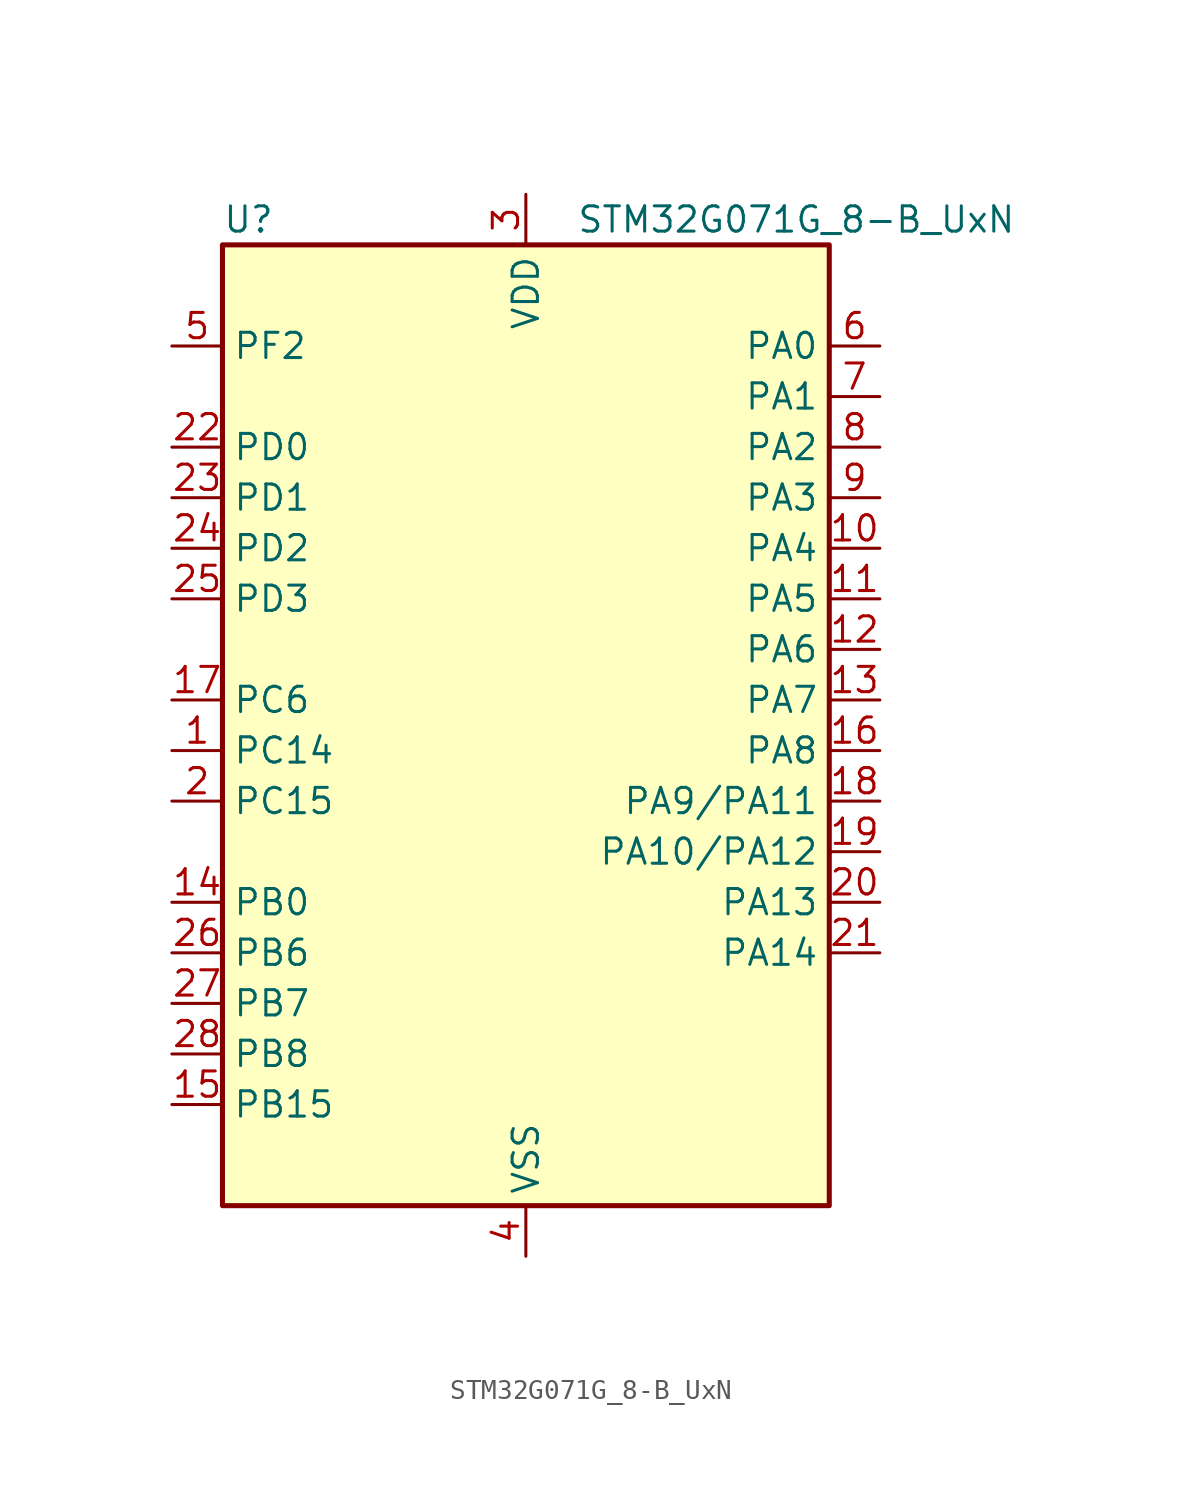
<source format=kicad_sym>
(kicad_symbol_lib
  (version 20241209)
  (generator "kicad_symbol_editor")
  (generator_version "9.0")
  (symbol "STM32G071G_8-B_UxN"
    (property "Reference" "U"
      (at -15.24 26.67 0)
      (effects (font (size 1.27 1.27)) (justify left)))
    (property "Value" "STM32G071G_8-B_UxN"
      (at 2.54 26.67 0)
      (effects (font (size 1.27 1.27)) (justify left)))
    (symbol "STM32G071G_8-B_UxN_0_1"
      (rectangle (start -15.24 -22.86) (end 15.24 25.4) (stroke (width 0.254) (type default)) (fill (type background))))
    (symbol "STM32G071G_8-B_UxN_1_1"
      (pin bidirectional line (at -17.78 20.32 0) (length 2.54) (name "PF2" (effects (font (size 1.27 1.27)))) (number "5" (effects (font (size 1.27 1.27)))) (alternate "RCC_MCO" bidirectional line))
      (pin bidirectional line (at -17.78 15.24 0) (length 2.54) (name "PD0" (effects (font (size 1.27 1.27)))) (number "22" (effects (font (size 1.27 1.27)))) (alternate "SPI2_NSS" bidirectional line) (alternate "TIM16_CH1" bidirectional line) (alternate "UCPD2_CC1" bidirectional line))
      (pin bidirectional line (at -17.78 12.7 0) (length 2.54) (name "PD1" (effects (font (size 1.27 1.27)))) (number "23" (effects (font (size 1.27 1.27)))) (alternate "SPI2_SCK" bidirectional line) (alternate "TIM17_CH1" bidirectional line) (alternate "UCPD2_DBCC1" bidirectional line))
      (pin bidirectional line (at -17.78 10.16 0) (length 2.54) (name "PD2" (effects (font (size 1.27 1.27)))) (number "24" (effects (font (size 1.27 1.27)))) (alternate "TIM1_CH1N" bidirectional line) (alternate "TIM3_ETR" bidirectional line) (alternate "UCPD2_CC2" bidirectional line) (alternate "USART3_CK" bidirectional line) (alternate "USART3_DE" bidirectional line) (alternate "USART3_RTS" bidirectional line))
      (pin bidirectional line (at -17.78 7.62 0) (length 2.54) (name "PD3" (effects (font (size 1.27 1.27)))) (number "25" (effects (font (size 1.27 1.27)))) (alternate "SPI2_MISO" bidirectional line) (alternate "TIM1_CH2N" bidirectional line) (alternate "UCPD2_DBCC2" bidirectional line) (alternate "USART2_CTS" bidirectional line) (alternate "USART2_NSS" bidirectional line))
      (pin bidirectional line (at -17.78 2.54 0) (length 2.54) (name "PC6" (effects (font (size 1.27 1.27)))) (number "17" (effects (font (size 1.27 1.27)))) (alternate "TIM2_CH3" bidirectional line) (alternate "TIM3_CH1" bidirectional line) (alternate "UCPD1_DBCC1" bidirectional line) (alternate "UCPD1_FRSTX1" bidirectional line) (alternate "UCPD1_FRSTX2" bidirectional line))
      (pin bidirectional line (at -17.78 0 0) (length 2.54) (name "PC14" (effects (font (size 1.27 1.27)))) (number "1" (effects (font (size 1.27 1.27)))) (alternate "RCC_OSC32_IN" bidirectional line) (alternate "RCC_OSC_IN" bidirectional line) (alternate "TIM1_BK2" bidirectional line))
      (pin bidirectional line (at -17.78 -2.54 0) (length 2.54) (name "PC15" (effects (font (size 1.27 1.27)))) (number "2" (effects (font (size 1.27 1.27)))) (alternate "RCC_OSC32_EN" bidirectional line) (alternate "RCC_OSC32_OUT" bidirectional line) (alternate "RCC_OSC_EN" bidirectional line) (alternate "TIM15_BK" bidirectional line))
      (pin bidirectional line (at -17.78 -7.62 0) (length 2.54) (name "PB0" (effects (font (size 1.27 1.27)))) (number "14" (effects (font (size 1.27 1.27)))) (alternate "ADC1_IN8" bidirectional line) (alternate "COMP1_OUT" bidirectional line) (alternate "I2S1_WS" bidirectional line) (alternate "LPTIM1_OUT" bidirectional line) (alternate "SPI1_NSS" bidirectional line) (alternate "TIM1_CH2N" bidirectional line) (alternate "TIM3_CH3" bidirectional line) (alternate "UCPD1_DBCC2" bidirectional line) (alternate "UCPD1_FRSTX1" bidirectional line) (alternate "UCPD1_FRSTX2" bidirectional line) (alternate "USART3_RX" bidirectional line))
      (pin bidirectional line (at -17.78 -10.16 0) (length 2.54) (name "PB6" (effects (font (size 1.27 1.27)))) (number "26" (effects (font (size 1.27 1.27)))) (alternate "COMP2_INP" bidirectional line) (alternate "I2C1_SCL" bidirectional line) (alternate "LPTIM1_ETR" bidirectional line) (alternate "SPI2_MISO" bidirectional line) (alternate "TIM16_CH1N" bidirectional line) (alternate "TIM1_CH3" bidirectional line) (alternate "USART1_TX" bidirectional line))
      (pin bidirectional line (at -17.78 -12.7 0) (length 2.54) (name "PB7" (effects (font (size 1.27 1.27)))) (number "27" (effects (font (size 1.27 1.27)))) (alternate "COMP2_INM" bidirectional line) (alternate "I2C1_SDA" bidirectional line) (alternate "LPTIM1_IN2" bidirectional line) (alternate "SPI2_MOSI" bidirectional line) (alternate "SYS_PVD_IN" bidirectional line) (alternate "TIM17_CH1N" bidirectional line) (alternate "USART1_RX" bidirectional line) (alternate "USART4_CTS" bidirectional line) (alternate "USART4_NSS" bidirectional line))
      (pin bidirectional line (at -17.78 -15.24 0) (length 2.54) (name "PB8" (effects (font (size 1.27 1.27)))) (number "28" (effects (font (size 1.27 1.27)))) (alternate "CEC" bidirectional line) (alternate "I2C1_SCL" bidirectional line) (alternate "SPI2_SCK" bidirectional line) (alternate "TIM15_BK" bidirectional line) (alternate "TIM16_CH1" bidirectional line) (alternate "USART3_TX" bidirectional line))
      (pin bidirectional line (at -17.78 -17.78 0) (length 2.54) (name "PB15" (effects (font (size 1.27 1.27)))) (number "15" (effects (font (size 1.27 1.27)))) (alternate "RTC_REFIN" bidirectional line) (alternate "SPI2_MOSI" bidirectional line) (alternate "TIM15_CH1N" bidirectional line) (alternate "TIM15_CH2" bidirectional line) (alternate "TIM1_CH3N" bidirectional line) (alternate "UCPD1_CC2" bidirectional line))
      (pin power_in line (at 0 27.94 270) (length 2.54) (name "VDD" (effects (font (size 1.27 1.27)))) (number "3" (effects (font (size 1.27 1.27)))))
      (pin power_in line (at 0 -25.4 90) (length 2.54) (name "VSS" (effects (font (size 1.27 1.27)))) (number "4" (effects (font (size 1.27 1.27)))))
      (pin bidirectional line (at 17.78 20.32 180) (length 2.54) (name "PA0" (effects (font (size 1.27 1.27)))) (number "6" (effects (font (size 1.27 1.27)))) (alternate "ADC1_IN0" bidirectional line) (alternate "COMP1_INM" bidirectional line) (alternate "COMP1_OUT" bidirectional line) (alternate "LPTIM1_OUT" bidirectional line) (alternate "RTC_TAMP_IN2" bidirectional line) (alternate "SPI2_SCK" bidirectional line) (alternate "SYS_WKUP1" bidirectional line) (alternate "TIM2_CH1" bidirectional line) (alternate "TIM2_ETR" bidirectional line) (alternate "UCPD2_FRSTX1" bidirectional line) (alternate "UCPD2_FRSTX2" bidirectional line) (alternate "USART2_CTS" bidirectional line) (alternate "USART2_NSS" bidirectional line) (alternate "USART4_TX" bidirectional line))
      (pin bidirectional line (at 17.78 17.78 180) (length 2.54) (name "PA1" (effects (font (size 1.27 1.27)))) (number "7" (effects (font (size 1.27 1.27)))) (alternate "ADC1_IN1" bidirectional line) (alternate "COMP1_INP" bidirectional line) (alternate "I2C1_SMBA" bidirectional line) (alternate "I2S1_CK" bidirectional line) (alternate "SPI1_SCK" bidirectional line) (alternate "TIM15_CH1N" bidirectional line) (alternate "TIM2_CH2" bidirectional line) (alternate "USART2_CK" bidirectional line) (alternate "USART2_DE" bidirectional line) (alternate "USART2_RTS" bidirectional line) (alternate "USART4_RX" bidirectional line))
      (pin bidirectional line (at 17.78 15.24 180) (length 2.54) (name "PA2" (effects (font (size 1.27 1.27)))) (number "8" (effects (font (size 1.27 1.27)))) (alternate "ADC1_IN2" bidirectional line) (alternate "COMP2_INM" bidirectional line) (alternate "COMP2_OUT" bidirectional line) (alternate "I2S1_SD" bidirectional line) (alternate "LPUART1_TX" bidirectional line) (alternate "RCC_LSCO" bidirectional line) (alternate "SPI1_MOSI" bidirectional line) (alternate "SYS_WKUP4" bidirectional line) (alternate "TIM15_CH1" bidirectional line) (alternate "TIM2_CH3" bidirectional line) (alternate "UCPD1_FRSTX1" bidirectional line) (alternate "UCPD1_FRSTX2" bidirectional line) (alternate "USART2_TX" bidirectional line))
      (pin bidirectional line (at 17.78 12.7 180) (length 2.54) (name "PA3" (effects (font (size 1.27 1.27)))) (number "9" (effects (font (size 1.27 1.27)))) (alternate "ADC1_IN3" bidirectional line) (alternate "COMP2_INP" bidirectional line) (alternate "LPUART1_RX" bidirectional line) (alternate "SPI2_MISO" bidirectional line) (alternate "TIM15_CH2" bidirectional line) (alternate "TIM2_CH4" bidirectional line) (alternate "UCPD2_FRSTX1" bidirectional line) (alternate "UCPD2_FRSTX2" bidirectional line) (alternate "USART2_RX" bidirectional line))
      (pin bidirectional line (at 17.78 10.16 180) (length 2.54) (name "PA4" (effects (font (size 1.27 1.27)))) (number "10" (effects (font (size 1.27 1.27)))) (alternate "ADC1_IN4" bidirectional line) (alternate "DAC1_OUT1" bidirectional line) (alternate "I2S1_WS" bidirectional line) (alternate "LPTIM2_OUT" bidirectional line) (alternate "RTC_OUT_ALARM" bidirectional line) (alternate "RTC_OUT_CALIB" bidirectional line) (alternate "RTC_TAMP_IN1" bidirectional line) (alternate "RTC_TS" bidirectional line) (alternate "SPI1_NSS" bidirectional line) (alternate "SPI2_MOSI" bidirectional line) (alternate "SYS_WKUP2" bidirectional line) (alternate "TIM14_CH1" bidirectional line) (alternate "UCPD2_FRSTX1" bidirectional line) (alternate "UCPD2_FRSTX2" bidirectional line))
      (pin bidirectional line (at 17.78 7.62 180) (length 2.54) (name "PA5" (effects (font (size 1.27 1.27)))) (number "11" (effects (font (size 1.27 1.27)))) (alternate "ADC1_IN5" bidirectional line) (alternate "CEC" bidirectional line) (alternate "DAC1_OUT2" bidirectional line) (alternate "I2S1_CK" bidirectional line) (alternate "LPTIM2_ETR" bidirectional line) (alternate "SPI1_SCK" bidirectional line) (alternate "TIM2_CH1" bidirectional line) (alternate "TIM2_ETR" bidirectional line) (alternate "UCPD1_FRSTX1" bidirectional line) (alternate "UCPD1_FRSTX2" bidirectional line) (alternate "USART3_TX" bidirectional line))
      (pin bidirectional line (at 17.78 5.08 180) (length 2.54) (name "PA6" (effects (font (size 1.27 1.27)))) (number "12" (effects (font (size 1.27 1.27)))) (alternate "ADC1_IN6" bidirectional line) (alternate "COMP1_OUT" bidirectional line) (alternate "I2S1_MCK" bidirectional line) (alternate "LPUART1_CTS" bidirectional line) (alternate "SPI1_MISO" bidirectional line) (alternate "TIM16_CH1" bidirectional line) (alternate "TIM1_BK" bidirectional line) (alternate "TIM3_CH1" bidirectional line) (alternate "USART3_CTS" bidirectional line) (alternate "USART3_NSS" bidirectional line))
      (pin bidirectional line (at 17.78 2.54 180) (length 2.54) (name "PA7" (effects (font (size 1.27 1.27)))) (number "13" (effects (font (size 1.27 1.27)))) (alternate "ADC1_IN7" bidirectional line) (alternate "COMP2_OUT" bidirectional line) (alternate "I2S1_SD" bidirectional line) (alternate "SPI1_MOSI" bidirectional line) (alternate "TIM14_CH1" bidirectional line) (alternate "TIM17_CH1" bidirectional line) (alternate "TIM1_CH1N" bidirectional line) (alternate "TIM3_CH2" bidirectional line) (alternate "UCPD1_FRSTX1" bidirectional line) (alternate "UCPD1_FRSTX2" bidirectional line))
      (pin bidirectional line (at 17.78 0 180) (length 2.54) (name "PA8" (effects (font (size 1.27 1.27)))) (number "16" (effects (font (size 1.27 1.27)))) (alternate "LPTIM2_OUT" bidirectional line) (alternate "RCC_MCO" bidirectional line) (alternate "SPI2_NSS" bidirectional line) (alternate "TIM1_CH1" bidirectional line) (alternate "UCPD1_CC1" bidirectional line))
      (pin bidirectional line (at 17.78 -2.54 180) (length 2.54) (name "PA9/PA11" (effects (font (size 1.27 1.27)))) (number "18" (effects (font (size 1.27 1.27)))) (alternate "ADC1_EXTI11 (PA11)" bidirectional line) (alternate "COMP1_OUT (PA11)" bidirectional line) (alternate "DAC1_EXTI9 (PA9)" bidirectional line) (alternate "I2C1_SCL (PA9)" bidirectional line) (alternate "I2C2_SCL (PA11)" bidirectional line) (alternate "I2S1_MCK (PA11)" bidirectional line) (alternate "PA11" bidirectional line) (alternate "PA9" bidirectional line) (alternate "RCC_MCO (PA9)" bidirectional line) (alternate "SPI1_MISO (PA11)" bidirectional line) (alternate "SPI2_MISO (PA9)" bidirectional line) (alternate "TIM15_BK (PA9)" bidirectional line) (alternate "TIM1_BK2 (PA11)" bidirectional line) (alternate "TIM1_CH2 (PA9)" bidirectional line) (alternate "TIM1_CH4 (PA11)" bidirectional line) (alternate "USART1_CTS (PA11)" bidirectional line) (alternate "USART1_NSS (PA11)" bidirectional line) (alternate "USART1_TX (PA9)" bidirectional line))
      (pin bidirectional line (at 17.78 -5.08 180) (length 2.54) (name "PA10/PA12" (effects (font (size 1.27 1.27)))) (number "19" (effects (font (size 1.27 1.27)))) (alternate "COMP2_OUT (PA12)" bidirectional line) (alternate "I2C1_SDA (PA10)" bidirectional line) (alternate "I2C2_SDA (PA12)" bidirectional line) (alternate "I2S1_SD (PA12)" bidirectional line) (alternate "I2S_CKIN (PA12)" bidirectional line) (alternate "PA10" bidirectional line) (alternate "PA12" bidirectional line) (alternate "SPI1_MOSI (PA12)" bidirectional line) (alternate "SPI2_MOSI (PA10)" bidirectional line) (alternate "TIM17_BK (PA10)" bidirectional line) (alternate "TIM1_CH3 (PA10)" bidirectional line) (alternate "TIM1_ETR (PA12)" bidirectional line) (alternate "USART1_CK (PA12)" bidirectional line) (alternate "USART1_DE (PA12)" bidirectional line) (alternate "USART1_RTS (PA12)" bidirectional line) (alternate "USART1_RX (PA10)" bidirectional line))
      (pin bidirectional line (at 17.78 -7.62 180) (length 2.54) (name "PA13" (effects (font (size 1.27 1.27)))) (number "20" (effects (font (size 1.27 1.27)))) (alternate "IR_OUT" bidirectional line) (alternate "SYS_SWDIO" bidirectional line))
      (pin bidirectional line (at 17.78 -10.16 180) (length 2.54) (name "PA14" (effects (font (size 1.27 1.27)))) (number "21" (effects (font (size 1.27 1.27)))) (alternate "SYS_SWCLK" bidirectional line) (alternate "USART2_TX" bidirectional line)))))
</source>
